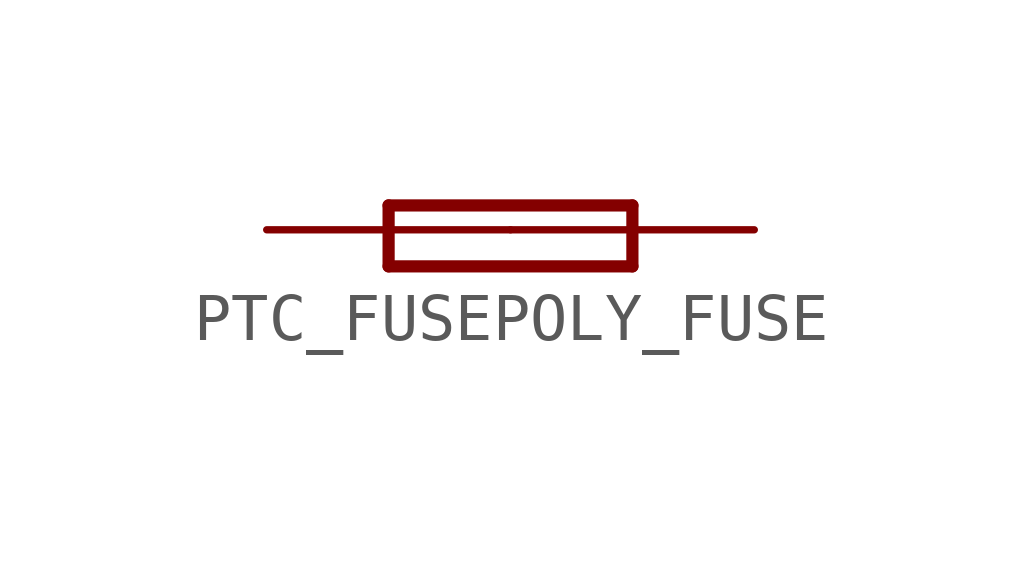
<source format=kicad_sym>
(kicad_symbol_lib
  (version 20231120)
  (generator "kicad_symbol_editor")
  (generator_version "8.0")
  (symbol "PTC_FUSEPOLY_FUSE"
    (property "Reference" "F"
      (at 0 0 0)
      (effects (font (size 1.27 1.27)) (hide yes)))
    (property "ki_locked" ""
      (at 0 0 0)
      (effects (font (size 1.27 1.27))))
    (symbol "PTC_FUSEPOLY_FUSE_1_0"
      (polyline (pts (xy -2.54 -0.762) (xy 2.54 -0.762)) (stroke (width 0.254) (type solid)) (fill (type none)))
      (polyline (pts (xy -2.54 0.508) (xy -2.54 -0.762)) (stroke (width 0.254) (type solid)) (fill (type none)))
      (polyline (pts (xy 2.54 -0.762) (xy 2.54 0.508)) (stroke (width 0.254) (type solid)) (fill (type none)))
      (polyline (pts (xy 2.54 0.508) (xy -2.54 0.508)) (stroke (width 0.254) (type solid)) (fill (type none)))
      (pin bidirectional line (at -5.08 0 0) (length 5.08) (name "P$1" (effects (font (size 0 0)))) (number "1" (effects (font (size 0 0)))))
      (pin bidirectional line (at 5.08 0 180) (length 5.08) (name "P$2" (effects (font (size 0 0)))) (number "2" (effects (font (size 0 0))))))))
</source>
